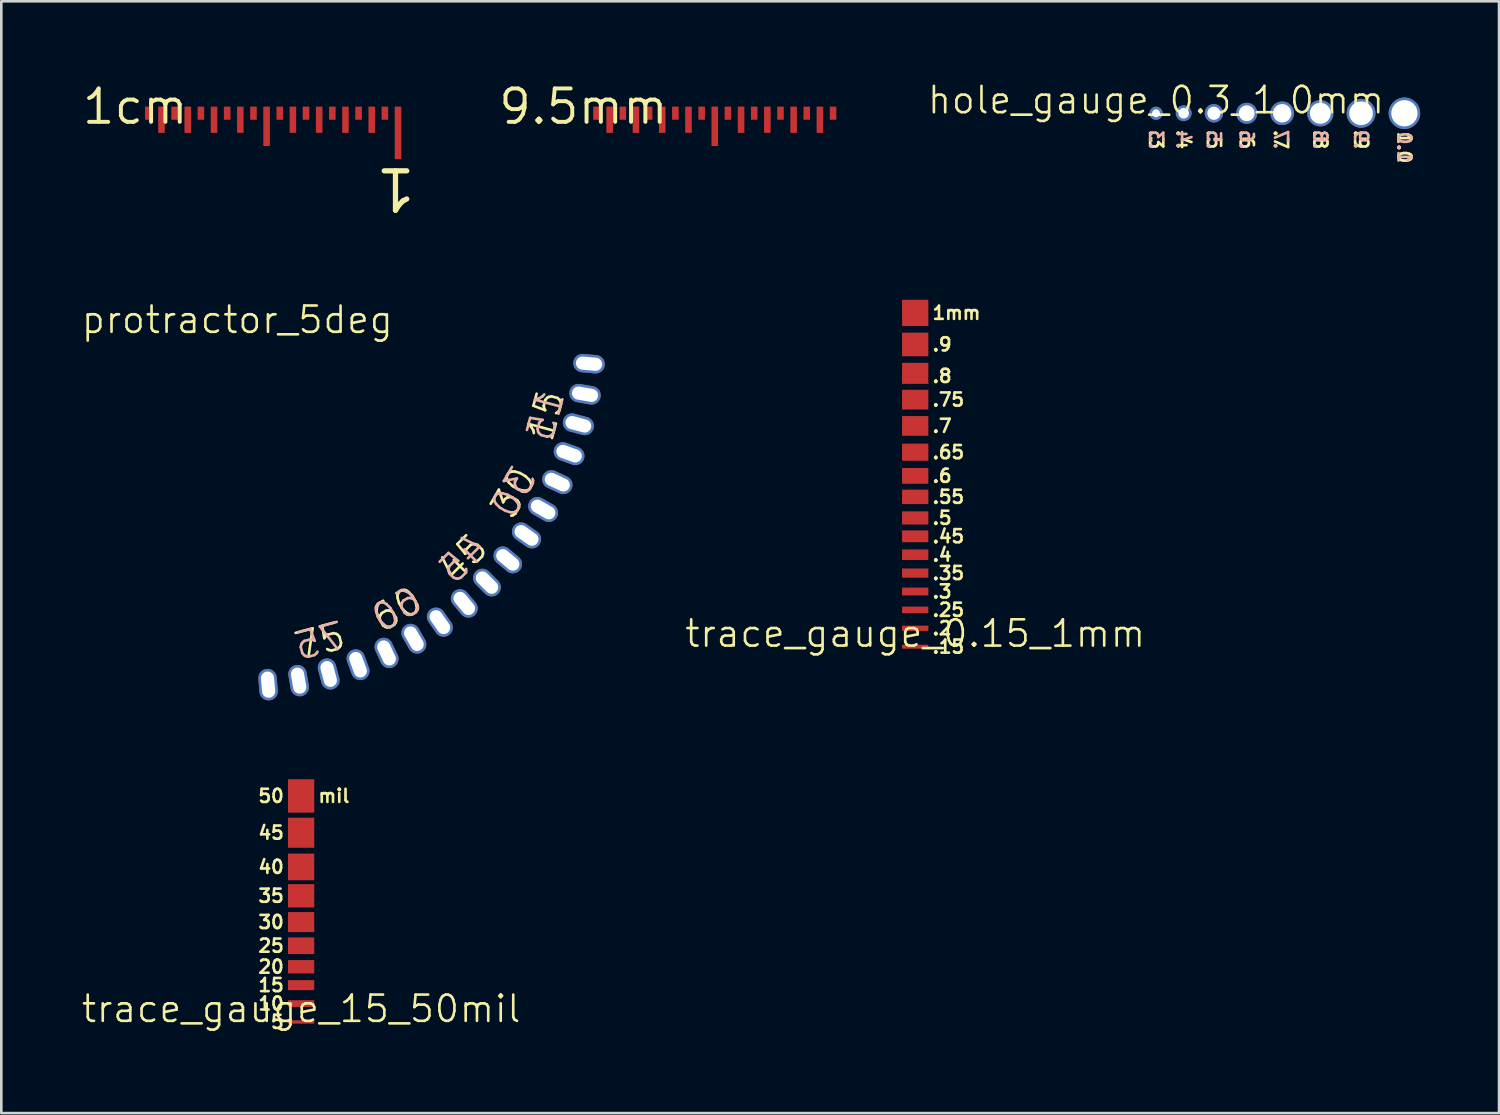
<source format=kicad_pcb>
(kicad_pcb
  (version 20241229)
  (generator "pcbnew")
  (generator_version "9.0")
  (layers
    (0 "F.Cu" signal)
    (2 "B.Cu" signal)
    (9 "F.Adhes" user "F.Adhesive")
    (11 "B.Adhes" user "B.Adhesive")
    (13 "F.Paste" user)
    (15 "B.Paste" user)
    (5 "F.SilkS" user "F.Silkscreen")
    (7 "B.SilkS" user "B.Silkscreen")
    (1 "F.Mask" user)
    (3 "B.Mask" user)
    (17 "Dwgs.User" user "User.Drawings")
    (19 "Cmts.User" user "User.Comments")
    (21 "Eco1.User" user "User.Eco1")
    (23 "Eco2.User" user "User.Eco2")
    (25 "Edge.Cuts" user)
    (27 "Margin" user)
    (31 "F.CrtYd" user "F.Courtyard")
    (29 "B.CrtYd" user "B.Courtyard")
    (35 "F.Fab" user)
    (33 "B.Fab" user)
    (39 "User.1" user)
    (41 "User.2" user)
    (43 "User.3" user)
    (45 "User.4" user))
  (footprint "trace_gauge_15_50mil"
    (layer "F.Cu")
    (at 8.407 35.835)
    (property "Reference" "trace_gauge_15_50mil" (at 0 -0.5 0) (unlocked yes) (layer "F.SilkS") (effects (font (size 1 1) (thickness 0.1))))
    (attr smd)
    (fp_text user "40" (at -0.6 -5.9 0) (unlocked yes) (layer "F.SilkS") (effects (font (size 0.5 0.5) (thickness 0.1)) (justify right)))
    (fp_text user "mil" (at 0.6 -8.6 0) (unlocked yes) (layer "F.SilkS") (effects (font (size 0.5 0.5) (thickness 0.1)) (justify left)))
    (fp_text user "15" (at -0.6 -1.4 0) (unlocked yes) (layer "F.SilkS") (effects (font (size 0.5 0.5) (thickness 0.1)) (justify right)))
    (fp_text user "50" (at -0.6 -8.6 0) (unlocked yes) (layer "F.SilkS") (effects (font (size 0.5 0.5) (thickness 0.1)) (justify right)))
    (fp_text user "25" (at -0.6 -2.9 0) (unlocked yes) (layer "F.SilkS") (effects (font (size 0.5 0.5) (thickness 0.1)) (justify right)))
    (fp_text user "30" (at -0.6 -3.8 0) (unlocked yes) (layer "F.SilkS") (effects (font (size 0.5 0.5) (thickness 0.1)) (justify right)))
    (fp_text user "45" (at -0.6 -7.2 0) (unlocked yes) (layer "F.SilkS") (effects (font (size 0.5 0.5) (thickness 0.1)) (justify right)))
    (fp_text user "20" (at -0.6 -2.1 0) (unlocked yes) (layer "F.SilkS") (effects (font (size 0.5 0.5) (thickness 0.1)) (justify right)))
    (fp_text user "5" (at -0.6 0 0) (unlocked yes) (layer "F.SilkS") (effects (font (size 0.5 0.5) (thickness 0.1)) (justify right)))
    (fp_text user "10" (at -0.6 -0.7 0) (unlocked yes) (layer "F.SilkS") (effects (font (size 0.5 0.5) (thickness 0.1)) (justify right)))
    (fp_text user "35" (at -0.6 -4.8 0) (unlocked yes) (layer "F.SilkS") (effects (font (size 0.5 0.5) (thickness 0.1)) (justify right)))
    (pad "" smd rect (at 0 -8.6) (size 1 1.27) (layers "F.Cu" "F.Mask" "F.Paste"))
    (pad "" smd rect (at 0 -7.2) (size 1 1.143) (layers "F.Cu" "F.Mask" "F.Paste"))
    (pad "" smd rect (at 0 -5.9) (size 1 1.016) (layers "F.Cu" "F.Mask" "F.Paste"))
    (pad "" smd rect (at 0 -4.8) (size 1 0.889) (layers "F.Cu" "F.Mask" "F.Paste"))
    (pad "" smd rect (at 0 -3.8) (size 1 0.762) (layers "F.Cu" "F.Mask" "F.Paste"))
    (pad "" smd rect (at 0 -2.9) (size 1 0.635) (layers "F.Cu" "F.Mask" "F.Paste"))
    (pad "" smd rect (at 0 -2.1) (size 1 0.508) (layers "F.Cu" "F.Mask" "F.Paste"))
    (pad "" smd rect (at 0 -1.4) (size 1 0.381) (layers "F.Cu" "F.Mask" "F.Paste"))
    (pad "" smd rect (at 0 -0.7) (size 1 0.254) (layers "F.Cu" "F.Mask" "F.Paste"))
    (pad "" smd rect (at 0 0) (size 1 0.127) (layers "F.Cu" "F.Mask" "F.Paste")))
  (footprint "protractor_5deg"
    (layer "F.Cu")
    (at 5.979 9.617)
    (property "Reference" "protractor_5deg" (at 0 -0.5 0) (unlocked yes) (layer "F.SilkS") (effects (font (size 1 1) (thickness 0.1))))
    (attr through_hole)
    (fp_text user "30" (at 11.023 6.364 60) (unlocked yes) (layer "F.SilkS") (effects (font (size 1 1) (thickness 0.1)) (justify bottom)))
    (fp_text user "15" (at 12.294 3.294 75) (unlocked yes) (layer "F.SilkS") (effects (font (size 1 1) (thickness 0.1)) (justify bottom)))
    (fp_text user "45" (at 9 9 45) (unlocked yes) (layer "F.SilkS") (effects (font (size 1 1) (thickness 0.1)) (justify bottom)))
    (fp_text user "75" (at 3.294 12.294 15) (unlocked yes) (layer "F.SilkS") (effects (font (size 1 1) (thickness 0.1)) (justify bottom)))
    (fp_text user "60" (at 6.364 11.023 30) (unlocked yes) (layer "F.SilkS") (effects (font (size 1 1) (thickness 0.1)) (justify bottom)))
    (fp_text user "75" (at 3.294 12.294 15) (unlocked yes) (layer "B.SilkS") (effects (font (size 1 1) (thickness 0.1)) (justify bottom mirror)))
    (fp_text user "60" (at 6.364 11.023 30) (unlocked yes) (layer "B.SilkS") (effects (font (size 1 1) (thickness 0.1)) (justify bottom mirror)))
    (fp_text user "45" (at 9 9 45) (unlocked yes) (layer "B.SilkS") (effects (font (size 1 1) (thickness 0.1)) (justify bottom mirror)))
    (fp_text user "15" (at 12.294 3.294 75) (unlocked yes) (layer "B.SilkS") (effects (font (size 1 1) (thickness 0.1)) (justify bottom mirror)))
    (fp_text user "30" (at 11.023 6.364 60) (unlocked yes) (layer "B.SilkS") (effects (font (size 1 1) (thickness 0.1)) (justify bottom mirror)))
    (pad "" thru_hole oval (at 1.171 13.384 5) (size 0.7 1.2) (drill oval 0.5 1) (layers "*.Cu" "*.Mask"))
    (pad "" thru_hole oval (at 2.333 13.231 10) (size 0.7 1.2) (drill oval 0.5 1) (layers "*.Cu" "*.Mask"))
    (pad "" thru_hole oval (at 3.477 12.977 15) (size 0.7 1.2) (drill oval 0.5 1) (layers "*.Cu" "*.Mask"))
    (pad "" thru_hole oval (at 4.595 12.625 20) (size 0.7 1.2) (drill oval 0.5 1) (layers "*.Cu" "*.Mask"))
    (pad "" thru_hole oval (at 5.678 12.176 25) (size 0.7 1.2) (drill oval 0.5 1) (layers "*.Cu" "*.Mask"))
    (pad "" thru_hole oval (at 6.718 11.635 30) (size 0.7 1.2) (drill oval 0.5 1) (layers "*.Cu" "*.Mask"))
    (pad "" thru_hole oval (at 7.706 11.005 35) (size 0.7 1.2) (drill oval 0.5 1) (layers "*.Cu" "*.Mask"))
    (pad "" thru_hole oval (at 8.636 10.292 40) (size 0.7 1.2) (drill oval 0.5 1) (layers "*.Cu" "*.Mask"))
    (pad "" thru_hole oval (at 9.5 9.5 45) (size 0.7 1.2) (drill oval 0.5 1) (layers "*.Cu" "*.Mask"))
    (pad "" thru_hole oval (at 10.292 8.636 50) (size 0.7 1.2) (drill oval 0.5 1) (layers "*.Cu" "*.Mask"))
    (pad "" thru_hole oval (at 11.005 7.706 55) (size 0.7 1.2) (drill oval 0.5 1) (layers "*.Cu" "*.Mask"))
    (pad "" thru_hole oval (at 11.635 6.718 60) (size 0.7 1.2) (drill oval 0.5 1) (layers "*.Cu" "*.Mask"))
    (pad "" thru_hole oval (at 12.176 5.678 65) (size 0.7 1.2) (drill oval 0.5 1) (layers "*.Cu" "*.Mask"))
    (pad "" thru_hole oval (at 12.625 4.595 70) (size 0.7 1.2) (drill oval 0.5 1) (layers "*.Cu" "*.Mask"))
    (pad "" thru_hole oval (at 12.977 3.477 75) (size 0.7 1.2) (drill oval 0.5 1) (layers "*.Cu" "*.Mask"))
    (pad "" thru_hole oval (at 13.231 2.333 80) (size 0.7 1.2) (drill oval 0.5 1) (layers "*.Cu" "*.Mask"))
    (pad "" thru_hole oval (at 13.384 1.171 85) (size 0.7 1.2) (drill oval 0.5 1) (layers "*.Cu" "*.Mask")))
  (footprint "1cm"
    (layer "F.Cu")
    (at 2.094 1.006)
    (property "Reference" "1cm" (at 0 0 0) (layer "F.SilkS") (effects (font (size 1.27 1.27) (thickness 0.15))))
    (attr smd)
    (fp_rect (start 0 0) (end 10 2) (stroke (width 0.1) (type solid)) (fill yes) (layer "F.Mask"))
    (fp_text user "1" (at 10.75 2.25 180) (unlocked yes) (layer "F.SilkS") (effects (font (size 1.5 1.5) (thickness 0.2)) (justify left bottom)))
    (pad "" smd rect (at 0.5 0.25) (size 0.25 0.5) (layers "F.Cu" "F.Mask" "F.Paste"))
    (pad "" smd rect (at 1 0.5) (size 0.25 1) (layers "F.Cu" "F.Mask" "F.Paste"))
    (pad "" smd rect (at 1.5 0.25) (size 0.25 0.5) (layers "F.Cu" "F.Mask" "F.Paste"))
    (pad "" smd rect (at 2 0.5) (size 0.25 1) (layers "F.Cu" "F.Mask" "F.Paste"))
    (pad "" smd rect (at 2.5 0.25) (size 0.25 0.5) (layers "F.Cu" "F.Mask" "F.Paste"))
    (pad "" smd rect (at 3 0.5) (size 0.25 1) (layers "F.Cu" "F.Mask" "F.Paste"))
    (pad "" smd rect (at 3.5 0.25) (size 0.25 0.5) (layers "F.Cu" "F.Mask" "F.Paste"))
    (pad "" smd rect (at 4 0.5) (size 0.25 1) (layers "F.Cu" "F.Mask" "F.Paste"))
    (pad "" smd rect (at 4.5 0.25) (size 0.25 0.5) (layers "F.Cu" "F.Mask" "F.Paste"))
    (pad "" smd rect (at 5 0.75) (size 0.25 1.5) (layers "F.Cu" "F.Mask" "F.Paste"))
    (pad "" smd rect (at 5.5 0.25) (size 0.25 0.5) (layers "F.Cu" "F.Mask" "F.Paste"))
    (pad "" smd rect (at 6 0.5) (size 0.25 1) (layers "F.Cu" "F.Mask" "F.Paste"))
    (pad "" smd rect (at 6.5 0.25) (size 0.25 0.5) (layers "F.Cu" "F.Mask" "F.Paste"))
    (pad "" smd rect (at 7 0.5) (size 0.25 1) (layers "F.Cu" "F.Mask" "F.Paste"))
    (pad "" smd rect (at 7.5 0.25) (size 0.25 0.5) (layers "F.Cu" "F.Mask" "F.Paste"))
    (pad "" smd rect (at 8 0.5) (size 0.25 1) (layers "F.Cu" "F.Mask" "F.Paste"))
    (pad "" smd rect (at 8.5 0.25) (size 0.25 0.5) (layers "F.Cu" "F.Mask" "F.Paste"))
    (pad "" smd rect (at 9 0.5) (size 0.25 1) (layers "F.Cu" "F.Mask" "F.Paste"))
    (pad "" smd rect (at 9.5 0.25) (size 0.25 0.5) (layers "F.Cu" "F.Mask" "F.Paste"))
    (pad "" smd rect (at 10 1) (size 0.25 2) (layers "F.Cu" "F.Mask" "F.Paste")))
  (footprint "trace_gauge_0.15_1mm"
    (layer "F.Cu")
    (at 31.773 21.556)
    (property "Reference" "trace_gauge_0.15_1mm" (at 0 -0.5 0) (unlocked yes) (layer "F.SilkS") (effects (font (size 1 1) (thickness 0.1))))
    (attr smd)
    (fp_text user ".7" (at 0.6 -8.4 0) (unlocked yes) (layer "F.SilkS") (effects (font (size 0.5 0.5) (thickness 0.1)) (justify left)))
    (fp_text user ".35" (at 0.6 -2.8 0) (unlocked yes) (layer "F.SilkS") (effects (font (size 0.5 0.5) (thickness 0.1)) (justify left)))
    (fp_text user ".9" (at 0.6 -11.5 0) (unlocked yes) (layer "F.SilkS") (effects (font (size 0.5 0.5) (thickness 0.1)) (justify left)))
    (fp_text user ".55" (at 0.6 -5.7 0) (unlocked yes) (layer "F.SilkS") (effects (font (size 0.5 0.5) (thickness 0.1)) (justify left)))
    (fp_text user ".75" (at 0.6 -9.4 0) (unlocked yes) (layer "F.SilkS") (effects (font (size 0.5 0.5) (thickness 0.1)) (justify left)))
    (fp_text user ".25" (at 0.6 -1.4 0) (unlocked yes) (layer "F.SilkS") (effects (font (size 0.5 0.5) (thickness 0.1)) (justify left)))
    (fp_text user ".8" (at 0.6 -10.3 0) (unlocked yes) (layer "F.SilkS") (effects (font (size 0.5 0.5) (thickness 0.1)) (justify left)))
    (fp_text user ".65" (at 0.6 -7.4 0) (unlocked yes) (layer "F.SilkS") (effects (font (size 0.5 0.5) (thickness 0.1)) (justify left)))
    (fp_text user ".3" (at 0.6 -2.1 0) (unlocked yes) (layer "F.SilkS") (effects (font (size 0.5 0.5) (thickness 0.1)) (justify left)))
    (fp_text user "1mm" (at 0.6 -12.7 0) (unlocked yes) (layer "F.SilkS") (effects (font (size 0.5 0.5) (thickness 0.1)) (justify left)))
    (fp_text user ".5" (at 0.6 -4.9 0) (unlocked yes) (layer "F.SilkS") (effects (font (size 0.5 0.5) (thickness 0.1)) (justify left)))
    (fp_text user ".6" (at 0.6 -6.5 0) (unlocked yes) (layer "F.SilkS") (effects (font (size 0.5 0.5) (thickness 0.1)) (justify left)))
    (fp_text user ".4" (at 0.6 -3.5 0) (unlocked yes) (layer "F.SilkS") (effects (font (size 0.5 0.5) (thickness 0.1)) (justify left)))
    (fp_text user ".2" (at 0.6 -0.7 0) (unlocked yes) (layer "F.SilkS") (effects (font (size 0.5 0.5) (thickness 0.1)) (justify left)))
    (fp_text user ".15" (at 0.6 0 0) (unlocked yes) (layer "F.SilkS") (effects (font (size 0.5 0.5) (thickness 0.1)) (justify left)))
    (fp_text user ".45" (at 0.6 -4.2 0) (unlocked yes) (layer "F.SilkS") (effects (font (size 0.5 0.5) (thickness 0.1)) (justify left)))
    (pad "" smd rect (at 0 -12.7) (size 1 1) (layers "F.Cu" "F.Mask" "F.Paste"))
    (pad "" smd rect (at 0 -11.5) (size 1 0.9) (layers "F.Cu" "F.Mask" "F.Paste"))
    (pad "" smd rect (at 0 -10.4) (size 1 0.8) (layers "F.Cu" "F.Mask" "F.Paste"))
    (pad "" smd rect (at 0 -9.4) (size 1 0.75) (layers "F.Cu" "F.Mask" "F.Paste"))
    (pad "" smd rect (at 0 -8.4) (size 1 0.75) (layers "F.Cu" "F.Mask" "F.Paste"))
    (pad "" smd rect (at 0 -7.4) (size 1 0.65) (layers "F.Cu" "F.Mask" "F.Paste"))
    (pad "" smd rect (at 0 -6.5) (size 1 0.6) (layers "F.Cu" "F.Mask" "F.Paste"))
    (pad "" smd rect (at 0 -5.7) (size 1 0.55) (layers "F.Cu" "F.Mask" "F.Paste"))
    (pad "" smd rect (at 0 -4.9) (size 1 0.5) (layers "F.Cu" "F.Mask" "F.Paste"))
    (pad "" smd rect (at 0 -4.2) (size 1 0.45) (layers "F.Cu" "F.Mask" "F.Paste"))
    (pad "" smd rect (at 0 -3.5) (size 1 0.4) (layers "F.Cu" "F.Mask" "F.Paste"))
    (pad "" smd rect (at 0 -2.8) (size 1 0.35) (layers "F.Cu" "F.Mask" "F.Paste"))
    (pad "" smd rect (at 0 -2.1) (size 1 0.3) (layers "F.Cu" "F.Mask" "F.Paste"))
    (pad "" smd rect (at 0 -1.4) (size 1 0.25) (layers "F.Cu" "F.Mask" "F.Paste"))
    (pad "" smd rect (at 0 -0.7) (size 1 0.2) (layers "F.Cu" "F.Mask" "F.Paste"))
    (pad "" smd rect (at 0 0) (size 1 0.15) (layers "F.Cu" "F.Mask" "F.Paste")))
  (footprint "hole_gauge_0.3_1.0mm"
    (layer "F.Cu")
    (at 40.937 1.26)
    (property "Reference" "hole_gauge_0.3_1.0mm" (at 0 -0.5 0) (unlocked yes) (layer "F.SilkS") (effects (font (size 1 1) (thickness 0.1))))
    (attr through_hole)
    (fp_text user ".5" (at 2.2 1 270) (unlocked yes) (layer "F.SilkS") (effects (font (size 0.5 0.5) (thickness 0.1))))
    (fp_text user ".6" (at 3.45 1 270) (unlocked yes) (layer "F.SilkS") (effects (font (size 0.5 0.5) (thickness 0.1))))
    (fp_text user "1.0" (at 9.45 1.3 270) (unlocked yes) (layer "F.SilkS") (effects (font (size 0.5 0.5) (thickness 0.1))))
    (fp_text user ".4" (at 1.05 1 270) (unlocked yes) (layer "F.SilkS") (effects (font (size 0.5 0.5) (thickness 0.1))))
    (fp_text user ".8" (at 6.25 1 270) (unlocked yes) (layer "F.SilkS") (effects (font (size 0.5 0.5) (thickness 0.1))))
    (fp_text user ".3" (at 0 1 270) (unlocked yes) (layer "F.SilkS") (effects (font (size 0.5 0.5) (thickness 0.1))))
    (fp_text user ".7" (at 4.75 1 270) (unlocked yes) (layer "F.SilkS") (effects (font (size 0.5 0.5) (thickness 0.1))))
    (fp_text user ".9" (at 7.8 1 270) (unlocked yes) (layer "F.SilkS") (effects (font (size 0.5 0.5) (thickness 0.1))))
    (fp_text user "1.0" (at 9.45 1.3 270) (unlocked yes) (layer "B.SilkS") (effects (font (size 0.5 0.5) (thickness 0.1)) (justify mirror)))
    (fp_text user ".7" (at 4.75 1 270) (unlocked yes) (layer "B.SilkS") (effects (font (size 0.5 0.5) (thickness 0.1)) (justify mirror)))
    (fp_text user ".4" (at 1.05 1 270) (unlocked yes) (layer "B.SilkS") (effects (font (size 0.5 0.5) (thickness 0.1)) (justify mirror)))
    (fp_text user ".9" (at 7.8 1 270) (unlocked yes) (layer "B.SilkS") (effects (font (size 0.5 0.5) (thickness 0.1)) (justify mirror)))
    (fp_text user ".6" (at 3.45 1 270) (unlocked yes) (layer "B.SilkS") (effects (font (size 0.5 0.5) (thickness 0.1)) (justify mirror)))
    (fp_text user ".8" (at 6.25 1 270) (unlocked yes) (layer "B.SilkS") (effects (font (size 0.5 0.5) (thickness 0.1)) (justify mirror)))
    (fp_text user ".5" (at 2.2 1 270) (unlocked yes) (layer "B.SilkS") (effects (font (size 0.5 0.5) (thickness 0.1)) (justify mirror)))
    (fp_text user ".3" (at 0 1 270) (unlocked yes) (layer "B.SilkS") (effects (font (size 0.5 0.5) (thickness 0.1)) (justify mirror)))
    (pad "" thru_hole circle (at 0 0) (size 0.5 0.5) (drill 0.3) (layers "*.Cu" "*.Mask"))
    (pad "" thru_hole circle (at 1.05 0) (size 0.6 0.6) (drill 0.4) (layers "*.Cu" "*.Mask"))
    (pad "" thru_hole circle (at 2.2 0) (size 0.7 0.7) (drill 0.5) (layers "*.Cu" "*.Mask"))
    (pad "" thru_hole circle (at 3.45 0) (size 0.8 0.8) (drill 0.6) (layers "*.Cu" "*.Mask"))
    (pad "" thru_hole circle (at 4.8 0) (size 0.9 0.9) (drill 0.7) (layers "*.Cu" "*.Mask"))
    (pad "" thru_hole circle (at 6.25 0) (size 1 1) (drill 0.8) (layers "*.Cu" "*.Mask"))
    (pad "" thru_hole circle (at 7.8 0) (size 1.1 1.1) (drill 0.9) (layers "*.Cu" "*.Mask"))
    (pad "" thru_hole circle (at 9.45 0) (size 1.2 1.2) (drill 1) (layers "*.Cu" "*.Mask")))
  (footprint "9.5mm"
    (layer "F.Cu")
    (at 19.147 1.006)
    (property "Reference" "9.5mm" (at 0 0 0) (layer "F.SilkS") (effects (font (size 1.27 1.27) (thickness 0.15))))
    (attr smd)
    (fp_rect (start 0 0) (end 10 2) (stroke (width 0.1) (type solid)) (fill yes) (layer "F.Mask"))
    (pad "" smd rect (at 0.5 0.25) (size 0.25 0.5) (layers "F.Cu" "F.Mask" "F.Paste"))
    (pad "" smd rect (at 1 0.5) (size 0.25 1) (layers "F.Cu" "F.Mask" "F.Paste"))
    (pad "" smd rect (at 1.5 0.25) (size 0.25 0.5) (layers "F.Cu" "F.Mask" "F.Paste"))
    (pad "" smd rect (at 2 0.5) (size 0.25 1) (layers "F.Cu" "F.Mask" "F.Paste"))
    (pad "" smd rect (at 2.5 0.25) (size 0.25 0.5) (layers "F.Cu" "F.Mask" "F.Paste"))
    (pad "" smd rect (at 3 0.5) (size 0.25 1) (layers "F.Cu" "F.Mask" "F.Paste"))
    (pad "" smd rect (at 3.5 0.25) (size 0.25 0.5) (layers "F.Cu" "F.Mask" "F.Paste"))
    (pad "" smd rect (at 4 0.5) (size 0.25 1) (layers "F.Cu" "F.Mask" "F.Paste"))
    (pad "" smd rect (at 4.5 0.25) (size 0.25 0.5) (layers "F.Cu" "F.Mask" "F.Paste"))
    (pad "" smd rect (at 5 0.75) (size 0.25 1.5) (layers "F.Cu" "F.Mask" "F.Paste"))
    (pad "" smd rect (at 5.5 0.25) (size 0.25 0.5) (layers "F.Cu" "F.Mask" "F.Paste"))
    (pad "" smd rect (at 6 0.5) (size 0.25 1) (layers "F.Cu" "F.Mask" "F.Paste"))
    (pad "" smd rect (at 6.5 0.25) (size 0.25 0.5) (layers "F.Cu" "F.Mask" "F.Paste"))
    (pad "" smd rect (at 7 0.5) (size 0.25 1) (layers "F.Cu" "F.Mask" "F.Paste"))
    (pad "" smd rect (at 7.5 0.25) (size 0.25 0.5) (layers "F.Cu" "F.Mask" "F.Paste"))
    (pad "" smd rect (at 8 0.5) (size 0.25 1) (layers "F.Cu" "F.Mask" "F.Paste"))
    (pad "" smd rect (at 8.5 0.25) (size 0.25 0.5) (layers "F.Cu" "F.Mask" "F.Paste"))
    (pad "" smd rect (at 9 0.5) (size 0.25 1) (layers "F.Cu" "F.Mask" "F.Paste"))
    (pad "" smd rect (at 9.5 0.25) (size 0.25 0.5) (layers "F.Cu" "F.Mask" "F.Paste")))
  (gr_rect
    (start -3 -3)
    (end 53.987 39.303)
    (stroke (width 0.1) (type default))
    (fill no)
    (layer "Edge.Cuts")))
</source>
